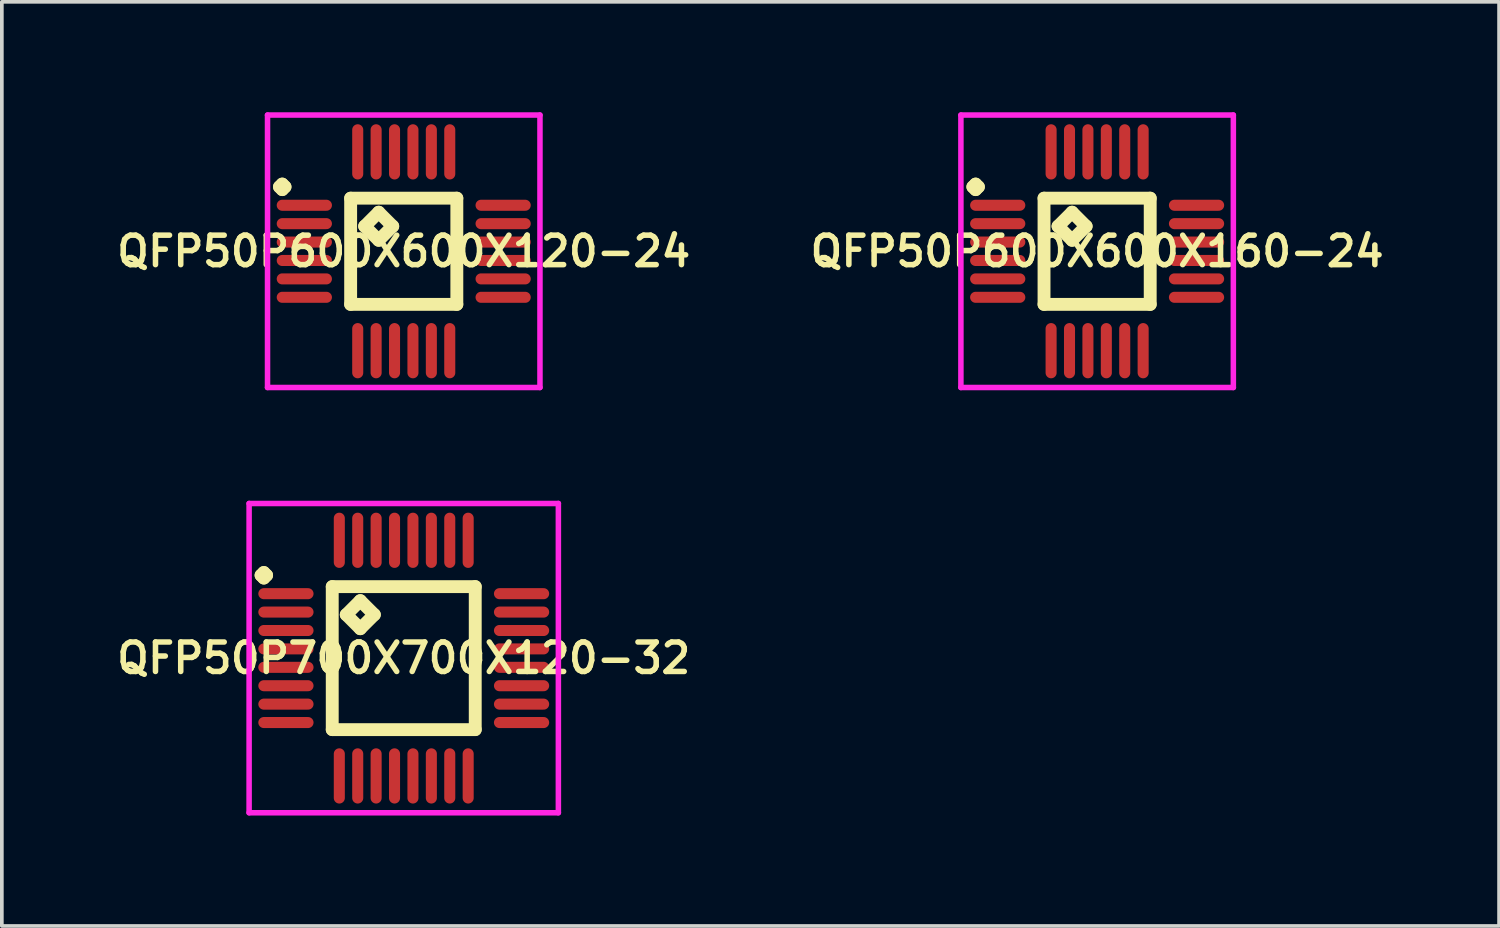
<source format=kicad_pcb>
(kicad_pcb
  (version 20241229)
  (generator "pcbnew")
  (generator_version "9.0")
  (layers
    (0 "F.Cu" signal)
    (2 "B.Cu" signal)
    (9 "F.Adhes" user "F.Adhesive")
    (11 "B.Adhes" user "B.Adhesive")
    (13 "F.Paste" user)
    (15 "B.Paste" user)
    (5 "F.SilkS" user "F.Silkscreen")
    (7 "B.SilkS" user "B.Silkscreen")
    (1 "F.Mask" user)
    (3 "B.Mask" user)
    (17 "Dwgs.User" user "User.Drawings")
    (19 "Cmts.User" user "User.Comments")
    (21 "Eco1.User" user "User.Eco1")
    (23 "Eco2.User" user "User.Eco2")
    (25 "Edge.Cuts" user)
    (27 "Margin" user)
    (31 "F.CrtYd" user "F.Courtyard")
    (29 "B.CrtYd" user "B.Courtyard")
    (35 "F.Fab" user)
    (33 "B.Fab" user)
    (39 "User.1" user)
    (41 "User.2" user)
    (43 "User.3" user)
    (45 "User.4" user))
  (footprint "QFP50P600X600X120-24"
    (layer "F.Cu")
    (at 7.916 3.775)
    (property "Reference" "QFP50P600X600X120-24" (at 0 0 0) (layer "F.SilkS") (effects (font (size 0.8 0.8) (thickness 0.15))))
    (attr smd)
    (fp_line (start -3.375 -1.75) (end -3.3 -1.825) (stroke (width 0.35) (type solid)) (layer "F.SilkS"))
    (fp_line (start -3.3 -1.825) (end -3.225 -1.75) (stroke (width 0.35) (type solid)) (layer "F.SilkS"))
    (fp_line (start -3.3 -1.675) (end -3.375 -1.75) (stroke (width 0.35) (type solid)) (layer "F.SilkS"))
    (fp_line (start -3.225 -1.75) (end -3.3 -1.675) (stroke (width 0.35) (type solid)) (layer "F.SilkS"))
    (fp_line (start -1.442 -1.442) (end -1.442 1.442) (stroke (width 0.35) (type solid)) (layer "F.SilkS"))
    (fp_line (start -1.442 1.442) (end 1.442 1.442) (stroke (width 0.35) (type solid)) (layer "F.SilkS"))
    (fp_line (start -1.061 -0.68) (end -0.68 -1.061) (stroke (width 0.35) (type solid)) (layer "F.SilkS"))
    (fp_line (start -0.68 -1.061) (end -0.299 -0.68) (stroke (width 0.35) (type solid)) (layer "F.SilkS"))
    (fp_line (start -0.68 -0.299) (end -1.061 -0.68) (stroke (width 0.35) (type solid)) (layer "F.SilkS"))
    (fp_line (start -0.299 -0.68) (end -0.68 -0.299) (stroke (width 0.35) (type solid)) (layer "F.SilkS"))
    (fp_line (start 1.442 -1.442) (end -1.442 -1.442) (stroke (width 0.35) (type solid)) (layer "F.SilkS"))
    (fp_line (start 1.442 1.442) (end 1.442 -1.442) (stroke (width 0.35) (type solid)) (layer "F.SilkS"))
    (fp_line (start -3.7 -3.7) (end 3.7 -3.7) (stroke (width 0.15) (type solid)) (layer "F.CrtYd"))
    (fp_line (start -3.7 3.7) (end -3.7 -3.7) (stroke (width 0.15) (type solid)) (layer "F.CrtYd"))
    (fp_line (start 3.7 -3.7) (end 3.7 3.7) (stroke (width 0.15) (type solid)) (layer "F.CrtYd"))
    (fp_line (start 3.7 3.7) (end -3.7 3.7) (stroke (width 0.15) (type solid)) (layer "F.CrtYd"))
    (pad "1" smd oval (at -2.7 -1.25) (size 1.5 0.3) (layers "F.Cu" "F.Mask" "F.Paste"))
    (pad "2" smd oval (at -2.7 -0.75) (size 1.5 0.3) (layers "F.Cu" "F.Mask" "F.Paste"))
    (pad "3" smd oval (at -2.7 -0.25) (size 1.5 0.3) (layers "F.Cu" "F.Mask" "F.Paste"))
    (pad "4" smd oval (at -2.7 0.25) (size 1.5 0.3) (layers "F.Cu" "F.Mask" "F.Paste"))
    (pad "5" smd oval (at -2.7 0.75) (size 1.5 0.3) (layers "F.Cu" "F.Mask" "F.Paste"))
    (pad "6" smd oval (at -2.7 1.25) (size 1.5 0.3) (layers "F.Cu" "F.Mask" "F.Paste"))
    (pad "7" smd oval (at -1.25 2.7) (size 0.3 1.5) (layers "F.Cu" "F.Mask" "F.Paste"))
    (pad "8" smd oval (at -0.75 2.7) (size 0.3 1.5) (layers "F.Cu" "F.Mask" "F.Paste"))
    (pad "9" smd oval (at -0.25 2.7) (size 0.3 1.5) (layers "F.Cu" "F.Mask" "F.Paste"))
    (pad "10" smd oval (at 0.25 2.7) (size 0.3 1.5) (layers "F.Cu" "F.Mask" "F.Paste"))
    (pad "11" smd oval (at 0.75 2.7) (size 0.3 1.5) (layers "F.Cu" "F.Mask" "F.Paste"))
    (pad "12" smd oval (at 1.25 2.7) (size 0.3 1.5) (layers "F.Cu" "F.Mask" "F.Paste"))
    (pad "13" smd oval (at 2.7 1.25) (size 1.5 0.3) (layers "F.Cu" "F.Mask" "F.Paste"))
    (pad "14" smd oval (at 2.7 0.75) (size 1.5 0.3) (layers "F.Cu" "F.Mask" "F.Paste"))
    (pad "15" smd oval (at 2.7 0.25) (size 1.5 0.3) (layers "F.Cu" "F.Mask" "F.Paste"))
    (pad "16" smd oval (at 2.7 -0.25) (size 1.5 0.3) (layers "F.Cu" "F.Mask" "F.Paste"))
    (pad "17" smd oval (at 2.7 -0.75) (size 1.5 0.3) (layers "F.Cu" "F.Mask" "F.Paste"))
    (pad "18" smd oval (at 2.7 -1.25) (size 1.5 0.3) (layers "F.Cu" "F.Mask" "F.Paste"))
    (pad "19" smd oval (at 1.25 -2.7) (size 0.3 1.5) (layers "F.Cu" "F.Mask" "F.Paste"))
    (pad "20" smd oval (at 0.75 -2.7) (size 0.3 1.5) (layers "F.Cu" "F.Mask" "F.Paste"))
    (pad "21" smd oval (at 0.25 -2.7) (size 0.3 1.5) (layers "F.Cu" "F.Mask" "F.Paste"))
    (pad "22" smd oval (at -0.25 -2.7) (size 0.3 1.5) (layers "F.Cu" "F.Mask" "F.Paste"))
    (pad "23" smd oval (at -0.75 -2.7) (size 0.3 1.5) (layers "F.Cu" "F.Mask" "F.Paste"))
    (pad "24" smd oval (at -1.25 -2.7) (size 0.3 1.5) (layers "F.Cu" "F.Mask" "F.Paste")))
  (footprint "QFP50P700X700X120-32"
    (layer "F.Cu")
    (at 7.916 14.825)
    (property "Reference" "QFP50P700X700X120-32" (at 0 0 0) (layer "F.SilkS") (effects (font (size 0.8 0.8) (thickness 0.15))))
    (attr smd)
    (fp_line (start -3.875 -2.25) (end -3.8 -2.325) (stroke (width 0.35) (type solid)) (layer "F.SilkS"))
    (fp_line (start -3.8 -2.325) (end -3.725 -2.25) (stroke (width 0.35) (type solid)) (layer "F.SilkS"))
    (fp_line (start -3.8 -2.175) (end -3.875 -2.25) (stroke (width 0.35) (type solid)) (layer "F.SilkS"))
    (fp_line (start -3.725 -2.25) (end -3.8 -2.175) (stroke (width 0.35) (type solid)) (layer "F.SilkS"))
    (fp_line (start -1.942 -1.942) (end -1.942 1.942) (stroke (width 0.35) (type solid)) (layer "F.SilkS"))
    (fp_line (start -1.942 1.942) (end 1.942 1.942) (stroke (width 0.35) (type solid)) (layer "F.SilkS"))
    (fp_line (start -1.561 -1.18) (end -1.18 -1.561) (stroke (width 0.35) (type solid)) (layer "F.SilkS"))
    (fp_line (start -1.18 -1.561) (end -0.799 -1.18) (stroke (width 0.35) (type solid)) (layer "F.SilkS"))
    (fp_line (start -1.18 -0.799) (end -1.561 -1.18) (stroke (width 0.35) (type solid)) (layer "F.SilkS"))
    (fp_line (start -0.799 -1.18) (end -1.18 -0.799) (stroke (width 0.35) (type solid)) (layer "F.SilkS"))
    (fp_line (start 1.942 -1.942) (end -1.942 -1.942) (stroke (width 0.35) (type solid)) (layer "F.SilkS"))
    (fp_line (start 1.942 1.942) (end 1.942 -1.942) (stroke (width 0.35) (type solid)) (layer "F.SilkS"))
    (fp_line (start -4.2 -4.2) (end 4.2 -4.2) (stroke (width 0.15) (type solid)) (layer "F.CrtYd"))
    (fp_line (start -4.2 4.2) (end -4.2 -4.2) (stroke (width 0.15) (type solid)) (layer "F.CrtYd"))
    (fp_line (start 4.2 -4.2) (end 4.2 4.2) (stroke (width 0.15) (type solid)) (layer "F.CrtYd"))
    (fp_line (start 4.2 4.2) (end -4.2 4.2) (stroke (width 0.15) (type solid)) (layer "F.CrtYd"))
    (pad "1" smd oval (at -3.2 -1.75) (size 1.5 0.3) (layers "F.Cu" "F.Mask" "F.Paste"))
    (pad "2" smd oval (at -3.2 -1.25) (size 1.5 0.3) (layers "F.Cu" "F.Mask" "F.Paste"))
    (pad "3" smd oval (at -3.2 -0.75) (size 1.5 0.3) (layers "F.Cu" "F.Mask" "F.Paste"))
    (pad "4" smd oval (at -3.2 -0.25) (size 1.5 0.3) (layers "F.Cu" "F.Mask" "F.Paste"))
    (pad "5" smd oval (at -3.2 0.25) (size 1.5 0.3) (layers "F.Cu" "F.Mask" "F.Paste"))
    (pad "6" smd oval (at -3.2 0.75) (size 1.5 0.3) (layers "F.Cu" "F.Mask" "F.Paste"))
    (pad "7" smd oval (at -3.2 1.25) (size 1.5 0.3) (layers "F.Cu" "F.Mask" "F.Paste"))
    (pad "8" smd oval (at -3.2 1.75) (size 1.5 0.3) (layers "F.Cu" "F.Mask" "F.Paste"))
    (pad "9" smd oval (at -1.75 3.2) (size 0.3 1.5) (layers "F.Cu" "F.Mask" "F.Paste"))
    (pad "10" smd oval (at -1.25 3.2) (size 0.3 1.5) (layers "F.Cu" "F.Mask" "F.Paste"))
    (pad "11" smd oval (at -0.75 3.2) (size 0.3 1.5) (layers "F.Cu" "F.Mask" "F.Paste"))
    (pad "12" smd oval (at -0.25 3.2) (size 0.3 1.5) (layers "F.Cu" "F.Mask" "F.Paste"))
    (pad "13" smd oval (at 0.25 3.2) (size 0.3 1.5) (layers "F.Cu" "F.Mask" "F.Paste"))
    (pad "14" smd oval (at 0.75 3.2) (size 0.3 1.5) (layers "F.Cu" "F.Mask" "F.Paste"))
    (pad "15" smd oval (at 1.25 3.2) (size 0.3 1.5) (layers "F.Cu" "F.Mask" "F.Paste"))
    (pad "16" smd oval (at 1.75 3.2) (size 0.3 1.5) (layers "F.Cu" "F.Mask" "F.Paste"))
    (pad "17" smd oval (at 3.2 1.75) (size 1.5 0.3) (layers "F.Cu" "F.Mask" "F.Paste"))
    (pad "18" smd oval (at 3.2 1.25) (size 1.5 0.3) (layers "F.Cu" "F.Mask" "F.Paste"))
    (pad "19" smd oval (at 3.2 0.75) (size 1.5 0.3) (layers "F.Cu" "F.Mask" "F.Paste"))
    (pad "20" smd oval (at 3.2 0.25) (size 1.5 0.3) (layers "F.Cu" "F.Mask" "F.Paste"))
    (pad "21" smd oval (at 3.2 -0.25) (size 1.5 0.3) (layers "F.Cu" "F.Mask" "F.Paste"))
    (pad "22" smd oval (at 3.2 -0.75) (size 1.5 0.3) (layers "F.Cu" "F.Mask" "F.Paste"))
    (pad "23" smd oval (at 3.2 -1.25) (size 1.5 0.3) (layers "F.Cu" "F.Mask" "F.Paste"))
    (pad "24" smd oval (at 3.2 -1.75) (size 1.5 0.3) (layers "F.Cu" "F.Mask" "F.Paste"))
    (pad "25" smd oval (at 1.75 -3.2) (size 0.3 1.5) (layers "F.Cu" "F.Mask" "F.Paste"))
    (pad "26" smd oval (at 1.25 -3.2) (size 0.3 1.5) (layers "F.Cu" "F.Mask" "F.Paste"))
    (pad "27" smd oval (at 0.75 -3.2) (size 0.3 1.5) (layers "F.Cu" "F.Mask" "F.Paste"))
    (pad "28" smd oval (at 0.25 -3.2) (size 0.3 1.5) (layers "F.Cu" "F.Mask" "F.Paste"))
    (pad "29" smd oval (at -0.25 -3.2) (size 0.3 1.5) (layers "F.Cu" "F.Mask" "F.Paste"))
    (pad "30" smd oval (at -0.75 -3.2) (size 0.3 1.5) (layers "F.Cu" "F.Mask" "F.Paste"))
    (pad "31" smd oval (at -1.25 -3.2) (size 0.3 1.5) (layers "F.Cu" "F.Mask" "F.Paste"))
    (pad "32" smd oval (at -1.75 -3.2) (size 0.3 1.5) (layers "F.Cu" "F.Mask" "F.Paste")))
  (footprint "QFP50P600X600X160-24"
    (layer "F.Cu")
    (at 26.749 3.775)
    (property "Reference" "QFP50P600X600X160-24" (at 0 0 0) (layer "F.SilkS") (effects (font (size 0.8 0.8) (thickness 0.15))))
    (attr smd)
    (fp_line (start -3.375 -1.75) (end -3.3 -1.825) (stroke (width 0.35) (type solid)) (layer "F.SilkS"))
    (fp_line (start -3.3 -1.825) (end -3.225 -1.75) (stroke (width 0.35) (type solid)) (layer "F.SilkS"))
    (fp_line (start -3.3 -1.675) (end -3.375 -1.75) (stroke (width 0.35) (type solid)) (layer "F.SilkS"))
    (fp_line (start -3.225 -1.75) (end -3.3 -1.675) (stroke (width 0.35) (type solid)) (layer "F.SilkS"))
    (fp_line (start -1.442 -1.442) (end -1.442 1.442) (stroke (width 0.35) (type solid)) (layer "F.SilkS"))
    (fp_line (start -1.442 1.442) (end 1.442 1.442) (stroke (width 0.35) (type solid)) (layer "F.SilkS"))
    (fp_line (start -1.061 -0.68) (end -0.68 -1.061) (stroke (width 0.35) (type solid)) (layer "F.SilkS"))
    (fp_line (start -0.68 -1.061) (end -0.299 -0.68) (stroke (width 0.35) (type solid)) (layer "F.SilkS"))
    (fp_line (start -0.68 -0.299) (end -1.061 -0.68) (stroke (width 0.35) (type solid)) (layer "F.SilkS"))
    (fp_line (start -0.299 -0.68) (end -0.68 -0.299) (stroke (width 0.35) (type solid)) (layer "F.SilkS"))
    (fp_line (start 1.442 -1.442) (end -1.442 -1.442) (stroke (width 0.35) (type solid)) (layer "F.SilkS"))
    (fp_line (start 1.442 1.442) (end 1.442 -1.442) (stroke (width 0.35) (type solid)) (layer "F.SilkS"))
    (fp_line (start -3.7 -3.7) (end 3.7 -3.7) (stroke (width 0.15) (type solid)) (layer "F.CrtYd"))
    (fp_line (start -3.7 3.7) (end -3.7 -3.7) (stroke (width 0.15) (type solid)) (layer "F.CrtYd"))
    (fp_line (start 3.7 -3.7) (end 3.7 3.7) (stroke (width 0.15) (type solid)) (layer "F.CrtYd"))
    (fp_line (start 3.7 3.7) (end -3.7 3.7) (stroke (width 0.15) (type solid)) (layer "F.CrtYd"))
    (pad "1" smd oval (at -2.7 -1.25) (size 1.5 0.3) (layers "F.Cu" "F.Mask" "F.Paste"))
    (pad "2" smd oval (at -2.7 -0.75) (size 1.5 0.3) (layers "F.Cu" "F.Mask" "F.Paste"))
    (pad "3" smd oval (at -2.7 -0.25) (size 1.5 0.3) (layers "F.Cu" "F.Mask" "F.Paste"))
    (pad "4" smd oval (at -2.7 0.25) (size 1.5 0.3) (layers "F.Cu" "F.Mask" "F.Paste"))
    (pad "5" smd oval (at -2.7 0.75) (size 1.5 0.3) (layers "F.Cu" "F.Mask" "F.Paste"))
    (pad "6" smd oval (at -2.7 1.25) (size 1.5 0.3) (layers "F.Cu" "F.Mask" "F.Paste"))
    (pad "7" smd oval (at -1.25 2.7) (size 0.3 1.5) (layers "F.Cu" "F.Mask" "F.Paste"))
    (pad "8" smd oval (at -0.75 2.7) (size 0.3 1.5) (layers "F.Cu" "F.Mask" "F.Paste"))
    (pad "9" smd oval (at -0.25 2.7) (size 0.3 1.5) (layers "F.Cu" "F.Mask" "F.Paste"))
    (pad "10" smd oval (at 0.25 2.7) (size 0.3 1.5) (layers "F.Cu" "F.Mask" "F.Paste"))
    (pad "11" smd oval (at 0.75 2.7) (size 0.3 1.5) (layers "F.Cu" "F.Mask" "F.Paste"))
    (pad "12" smd oval (at 1.25 2.7) (size 0.3 1.5) (layers "F.Cu" "F.Mask" "F.Paste"))
    (pad "13" smd oval (at 2.7 1.25) (size 1.5 0.3) (layers "F.Cu" "F.Mask" "F.Paste"))
    (pad "14" smd oval (at 2.7 0.75) (size 1.5 0.3) (layers "F.Cu" "F.Mask" "F.Paste"))
    (pad "15" smd oval (at 2.7 0.25) (size 1.5 0.3) (layers "F.Cu" "F.Mask" "F.Paste"))
    (pad "16" smd oval (at 2.7 -0.25) (size 1.5 0.3) (layers "F.Cu" "F.Mask" "F.Paste"))
    (pad "17" smd oval (at 2.7 -0.75) (size 1.5 0.3) (layers "F.Cu" "F.Mask" "F.Paste"))
    (pad "18" smd oval (at 2.7 -1.25) (size 1.5 0.3) (layers "F.Cu" "F.Mask" "F.Paste"))
    (pad "19" smd oval (at 1.25 -2.7) (size 0.3 1.5) (layers "F.Cu" "F.Mask" "F.Paste"))
    (pad "20" smd oval (at 0.75 -2.7) (size 0.3 1.5) (layers "F.Cu" "F.Mask" "F.Paste"))
    (pad "21" smd oval (at 0.25 -2.7) (size 0.3 1.5) (layers "F.Cu" "F.Mask" "F.Paste"))
    (pad "22" smd oval (at -0.25 -2.7) (size 0.3 1.5) (layers "F.Cu" "F.Mask" "F.Paste"))
    (pad "23" smd oval (at -0.75 -2.7) (size 0.3 1.5) (layers "F.Cu" "F.Mask" "F.Paste"))
    (pad "24" smd oval (at -1.25 -2.7) (size 0.3 1.5) (layers "F.Cu" "F.Mask" "F.Paste")))
  (gr_rect
    (start -3 -3)
    (end 37.666 22.1)
    (stroke (width 0.1) (type default))
    (fill no)
    (layer "Edge.Cuts")))
</source>
